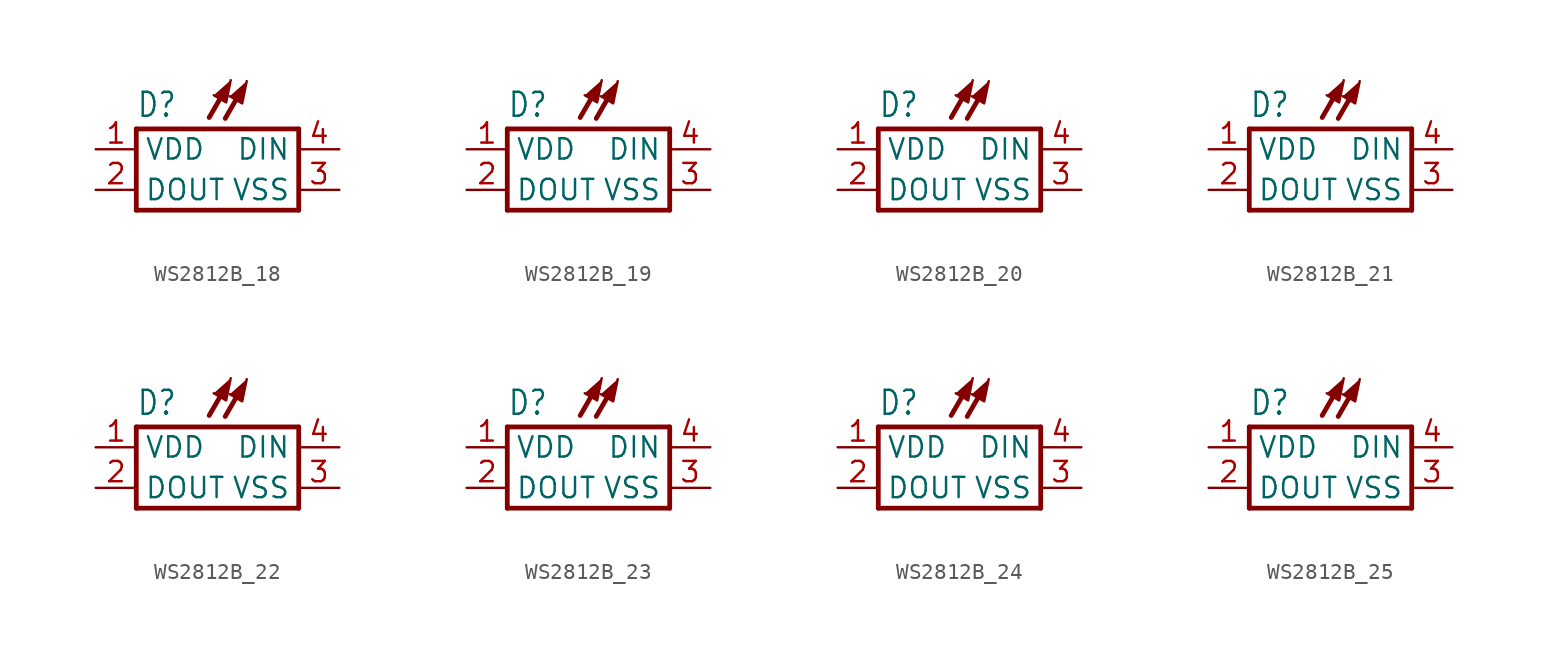
<source format=kicad_sym>
(kicad_symbol_lib
  (version 20220914)
  (generator kicad_symbol_editor)
  (symbol "WS2812B_18"
    (property "Reference" "D"
      (at -5.08 3.175 0)
      (effects (font (size 1.5 1.275)) (justify left bottom)))
    (property "Value" ""
      (at -5.08 -4.445 0)
      (effects (font (size 1.5 1.275)) (justify left bottom)))
    (property "ki_locked" ""
      (at 0 0 0)
      (effects (font (size 1.27 1.27))))
    (symbol "WS2812B_18_1_0"
      (polyline (pts (xy -5.08 2.54) (xy -5.08 -2.54)) (stroke (width 0.3) (type solid)) (fill (type none)))
      (polyline (pts (xy -0.52 3.257) (xy 0.378 4.812)) (stroke (width 0.3) (type solid)) (fill (type none)))
      (polyline (pts (xy 0.482 3.197) (xy 1.38 4.752)) (stroke (width 0.3) (type solid)) (fill (type none)))
      (polyline (pts (xy 5.08 -2.54) (xy -5.08 -2.54)) (stroke (width 0.3) (type solid)) (fill (type none)))
      (polyline (pts (xy 5.08 -2.54) (xy 5.08 2.54)) (stroke (width 0.3) (type solid)) (fill (type none)))
      (polyline (pts (xy 5.08 2.54) (xy -5.08 2.54)) (stroke (width 0.3) (type solid)) (fill (type none)))
      (polyline (pts (xy 0.827 5.59) (xy 0.542 4.199) (xy -0.236 4.648)) (stroke (width 0) (type solid)) (fill (type outline)))
      (polyline (pts (xy 1.829 5.53) (xy 1.544 4.139) (xy 0.766 4.588)) (stroke (width 0) (type solid)) (fill (type outline)))
      (pin passive line (at -7.62 1.27 0) (length 2.54) (name "VDD" (effects (font (size 1.27 1.27)))) (number "1" (effects (font (size 1.27 1.27)))))
      (pin passive line (at -7.62 -1.27 0) (length 2.54) (name "DOUT" (effects (font (size 1.27 1.27)))) (number "2" (effects (font (size 1.27 1.27)))))
      (pin passive line (at 7.62 -1.27 180) (length 2.54) (name "VSS" (effects (font (size 1.27 1.27)))) (number "3" (effects (font (size 1.27 1.27)))))
      (pin passive line (at 7.62 1.27 180) (length 2.54) (name "DIN" (effects (font (size 1.27 1.27)))) (number "4" (effects (font (size 1.27 1.27)))))))
  (symbol "WS2812B_19"
    (property "Reference" "D"
      (at -5.08 3.175 0)
      (effects (font (size 1.5 1.275)) (justify left bottom)))
    (property "Value" ""
      (at -5.08 -4.445 0)
      (effects (font (size 1.5 1.275)) (justify left bottom)))
    (property "ki_locked" ""
      (at 0 0 0)
      (effects (font (size 1.27 1.27))))
    (symbol "WS2812B_19_1_0"
      (polyline (pts (xy -5.08 2.54) (xy -5.08 -2.54)) (stroke (width 0.3) (type solid)) (fill (type none)))
      (polyline (pts (xy -0.52 3.257) (xy 0.378 4.812)) (stroke (width 0.3) (type solid)) (fill (type none)))
      (polyline (pts (xy 0.482 3.197) (xy 1.38 4.752)) (stroke (width 0.3) (type solid)) (fill (type none)))
      (polyline (pts (xy 5.08 -2.54) (xy -5.08 -2.54)) (stroke (width 0.3) (type solid)) (fill (type none)))
      (polyline (pts (xy 5.08 -2.54) (xy 5.08 2.54)) (stroke (width 0.3) (type solid)) (fill (type none)))
      (polyline (pts (xy 5.08 2.54) (xy -5.08 2.54)) (stroke (width 0.3) (type solid)) (fill (type none)))
      (polyline (pts (xy 0.827 5.59) (xy 0.542 4.199) (xy -0.236 4.648)) (stroke (width 0) (type solid)) (fill (type outline)))
      (polyline (pts (xy 1.829 5.53) (xy 1.544 4.139) (xy 0.766 4.588)) (stroke (width 0) (type solid)) (fill (type outline)))
      (pin passive line (at -7.62 1.27 0) (length 2.54) (name "VDD" (effects (font (size 1.27 1.27)))) (number "1" (effects (font (size 1.27 1.27)))))
      (pin passive line (at -7.62 -1.27 0) (length 2.54) (name "DOUT" (effects (font (size 1.27 1.27)))) (number "2" (effects (font (size 1.27 1.27)))))
      (pin passive line (at 7.62 -1.27 180) (length 2.54) (name "VSS" (effects (font (size 1.27 1.27)))) (number "3" (effects (font (size 1.27 1.27)))))
      (pin passive line (at 7.62 1.27 180) (length 2.54) (name "DIN" (effects (font (size 1.27 1.27)))) (number "4" (effects (font (size 1.27 1.27)))))))
  (symbol "WS2812B_20"
    (property "Reference" "D"
      (at -5.08 3.175 0)
      (effects (font (size 1.5 1.275)) (justify left bottom)))
    (property "Value" ""
      (at -5.08 -4.445 0)
      (effects (font (size 1.5 1.275)) (justify left bottom)))
    (property "ki_locked" ""
      (at 0 0 0)
      (effects (font (size 1.27 1.27))))
    (symbol "WS2812B_20_1_0"
      (polyline (pts (xy -5.08 2.54) (xy -5.08 -2.54)) (stroke (width 0.3) (type solid)) (fill (type none)))
      (polyline (pts (xy -0.52 3.257) (xy 0.378 4.812)) (stroke (width 0.3) (type solid)) (fill (type none)))
      (polyline (pts (xy 0.482 3.197) (xy 1.38 4.752)) (stroke (width 0.3) (type solid)) (fill (type none)))
      (polyline (pts (xy 5.08 -2.54) (xy -5.08 -2.54)) (stroke (width 0.3) (type solid)) (fill (type none)))
      (polyline (pts (xy 5.08 -2.54) (xy 5.08 2.54)) (stroke (width 0.3) (type solid)) (fill (type none)))
      (polyline (pts (xy 5.08 2.54) (xy -5.08 2.54)) (stroke (width 0.3) (type solid)) (fill (type none)))
      (polyline (pts (xy 0.827 5.59) (xy 0.542 4.199) (xy -0.236 4.648)) (stroke (width 0) (type solid)) (fill (type outline)))
      (polyline (pts (xy 1.829 5.53) (xy 1.544 4.139) (xy 0.766 4.588)) (stroke (width 0) (type solid)) (fill (type outline)))
      (pin passive line (at -7.62 1.27 0) (length 2.54) (name "VDD" (effects (font (size 1.27 1.27)))) (number "1" (effects (font (size 1.27 1.27)))))
      (pin passive line (at -7.62 -1.27 0) (length 2.54) (name "DOUT" (effects (font (size 1.27 1.27)))) (number "2" (effects (font (size 1.27 1.27)))))
      (pin passive line (at 7.62 -1.27 180) (length 2.54) (name "VSS" (effects (font (size 1.27 1.27)))) (number "3" (effects (font (size 1.27 1.27)))))
      (pin passive line (at 7.62 1.27 180) (length 2.54) (name "DIN" (effects (font (size 1.27 1.27)))) (number "4" (effects (font (size 1.27 1.27)))))))
  (symbol "WS2812B_21"
    (property "Reference" "D"
      (at -5.08 3.175 0)
      (effects (font (size 1.5 1.275)) (justify left bottom)))
    (property "Value" ""
      (at -5.08 -4.445 0)
      (effects (font (size 1.5 1.275)) (justify left bottom)))
    (property "ki_locked" ""
      (at 0 0 0)
      (effects (font (size 1.27 1.27))))
    (symbol "WS2812B_21_1_0"
      (polyline (pts (xy -5.08 2.54) (xy -5.08 -2.54)) (stroke (width 0.3) (type solid)) (fill (type none)))
      (polyline (pts (xy -0.52 3.257) (xy 0.378 4.812)) (stroke (width 0.3) (type solid)) (fill (type none)))
      (polyline (pts (xy 0.482 3.197) (xy 1.38 4.752)) (stroke (width 0.3) (type solid)) (fill (type none)))
      (polyline (pts (xy 5.08 -2.54) (xy -5.08 -2.54)) (stroke (width 0.3) (type solid)) (fill (type none)))
      (polyline (pts (xy 5.08 -2.54) (xy 5.08 2.54)) (stroke (width 0.3) (type solid)) (fill (type none)))
      (polyline (pts (xy 5.08 2.54) (xy -5.08 2.54)) (stroke (width 0.3) (type solid)) (fill (type none)))
      (polyline (pts (xy 0.827 5.59) (xy 0.542 4.199) (xy -0.236 4.648)) (stroke (width 0) (type solid)) (fill (type outline)))
      (polyline (pts (xy 1.829 5.53) (xy 1.544 4.139) (xy 0.766 4.588)) (stroke (width 0) (type solid)) (fill (type outline)))
      (pin passive line (at -7.62 1.27 0) (length 2.54) (name "VDD" (effects (font (size 1.27 1.27)))) (number "1" (effects (font (size 1.27 1.27)))))
      (pin passive line (at -7.62 -1.27 0) (length 2.54) (name "DOUT" (effects (font (size 1.27 1.27)))) (number "2" (effects (font (size 1.27 1.27)))))
      (pin passive line (at 7.62 -1.27 180) (length 2.54) (name "VSS" (effects (font (size 1.27 1.27)))) (number "3" (effects (font (size 1.27 1.27)))))
      (pin passive line (at 7.62 1.27 180) (length 2.54) (name "DIN" (effects (font (size 1.27 1.27)))) (number "4" (effects (font (size 1.27 1.27)))))))
  (symbol "WS2812B_22"
    (property "Reference" "D"
      (at -5.08 3.175 0)
      (effects (font (size 1.5 1.275)) (justify left bottom)))
    (property "Value" ""
      (at -5.08 -4.445 0)
      (effects (font (size 1.5 1.275)) (justify left bottom)))
    (property "ki_locked" ""
      (at 0 0 0)
      (effects (font (size 1.27 1.27))))
    (symbol "WS2812B_22_1_0"
      (polyline (pts (xy -5.08 2.54) (xy -5.08 -2.54)) (stroke (width 0.3) (type solid)) (fill (type none)))
      (polyline (pts (xy -0.52 3.257) (xy 0.378 4.812)) (stroke (width 0.3) (type solid)) (fill (type none)))
      (polyline (pts (xy 0.482 3.197) (xy 1.38 4.752)) (stroke (width 0.3) (type solid)) (fill (type none)))
      (polyline (pts (xy 5.08 -2.54) (xy -5.08 -2.54)) (stroke (width 0.3) (type solid)) (fill (type none)))
      (polyline (pts (xy 5.08 -2.54) (xy 5.08 2.54)) (stroke (width 0.3) (type solid)) (fill (type none)))
      (polyline (pts (xy 5.08 2.54) (xy -5.08 2.54)) (stroke (width 0.3) (type solid)) (fill (type none)))
      (polyline (pts (xy 0.827 5.59) (xy 0.542 4.199) (xy -0.236 4.648)) (stroke (width 0) (type solid)) (fill (type outline)))
      (polyline (pts (xy 1.829 5.53) (xy 1.544 4.139) (xy 0.766 4.588)) (stroke (width 0) (type solid)) (fill (type outline)))
      (pin passive line (at -7.62 1.27 0) (length 2.54) (name "VDD" (effects (font (size 1.27 1.27)))) (number "1" (effects (font (size 1.27 1.27)))))
      (pin passive line (at -7.62 -1.27 0) (length 2.54) (name "DOUT" (effects (font (size 1.27 1.27)))) (number "2" (effects (font (size 1.27 1.27)))))
      (pin passive line (at 7.62 -1.27 180) (length 2.54) (name "VSS" (effects (font (size 1.27 1.27)))) (number "3" (effects (font (size 1.27 1.27)))))
      (pin passive line (at 7.62 1.27 180) (length 2.54) (name "DIN" (effects (font (size 1.27 1.27)))) (number "4" (effects (font (size 1.27 1.27)))))))
  (symbol "WS2812B_23"
    (property "Reference" "D"
      (at -5.08 3.175 0)
      (effects (font (size 1.5 1.275)) (justify left bottom)))
    (property "Value" ""
      (at -5.08 -4.445 0)
      (effects (font (size 1.5 1.275)) (justify left bottom)))
    (property "ki_locked" ""
      (at 0 0 0)
      (effects (font (size 1.27 1.27))))
    (symbol "WS2812B_23_1_0"
      (polyline (pts (xy -5.08 2.54) (xy -5.08 -2.54)) (stroke (width 0.3) (type solid)) (fill (type none)))
      (polyline (pts (xy -0.52 3.257) (xy 0.378 4.812)) (stroke (width 0.3) (type solid)) (fill (type none)))
      (polyline (pts (xy 0.482 3.197) (xy 1.38 4.752)) (stroke (width 0.3) (type solid)) (fill (type none)))
      (polyline (pts (xy 5.08 -2.54) (xy -5.08 -2.54)) (stroke (width 0.3) (type solid)) (fill (type none)))
      (polyline (pts (xy 5.08 -2.54) (xy 5.08 2.54)) (stroke (width 0.3) (type solid)) (fill (type none)))
      (polyline (pts (xy 5.08 2.54) (xy -5.08 2.54)) (stroke (width 0.3) (type solid)) (fill (type none)))
      (polyline (pts (xy 0.827 5.59) (xy 0.542 4.199) (xy -0.236 4.648)) (stroke (width 0) (type solid)) (fill (type outline)))
      (polyline (pts (xy 1.829 5.53) (xy 1.544 4.139) (xy 0.766 4.588)) (stroke (width 0) (type solid)) (fill (type outline)))
      (pin passive line (at -7.62 1.27 0) (length 2.54) (name "VDD" (effects (font (size 1.27 1.27)))) (number "1" (effects (font (size 1.27 1.27)))))
      (pin passive line (at -7.62 -1.27 0) (length 2.54) (name "DOUT" (effects (font (size 1.27 1.27)))) (number "2" (effects (font (size 1.27 1.27)))))
      (pin passive line (at 7.62 -1.27 180) (length 2.54) (name "VSS" (effects (font (size 1.27 1.27)))) (number "3" (effects (font (size 1.27 1.27)))))
      (pin passive line (at 7.62 1.27 180) (length 2.54) (name "DIN" (effects (font (size 1.27 1.27)))) (number "4" (effects (font (size 1.27 1.27)))))))
  (symbol "WS2812B_24"
    (property "Reference" "D"
      (at -5.08 3.175 0)
      (effects (font (size 1.5 1.275)) (justify left bottom)))
    (property "Value" ""
      (at -5.08 -4.445 0)
      (effects (font (size 1.5 1.275)) (justify left bottom)))
    (property "ki_locked" ""
      (at 0 0 0)
      (effects (font (size 1.27 1.27))))
    (symbol "WS2812B_24_1_0"
      (polyline (pts (xy -5.08 2.54) (xy -5.08 -2.54)) (stroke (width 0.3) (type solid)) (fill (type none)))
      (polyline (pts (xy -0.52 3.257) (xy 0.378 4.812)) (stroke (width 0.3) (type solid)) (fill (type none)))
      (polyline (pts (xy 0.482 3.197) (xy 1.38 4.752)) (stroke (width 0.3) (type solid)) (fill (type none)))
      (polyline (pts (xy 5.08 -2.54) (xy -5.08 -2.54)) (stroke (width 0.3) (type solid)) (fill (type none)))
      (polyline (pts (xy 5.08 -2.54) (xy 5.08 2.54)) (stroke (width 0.3) (type solid)) (fill (type none)))
      (polyline (pts (xy 5.08 2.54) (xy -5.08 2.54)) (stroke (width 0.3) (type solid)) (fill (type none)))
      (polyline (pts (xy 0.827 5.59) (xy 0.542 4.199) (xy -0.236 4.648)) (stroke (width 0) (type solid)) (fill (type outline)))
      (polyline (pts (xy 1.829 5.53) (xy 1.544 4.139) (xy 0.766 4.588)) (stroke (width 0) (type solid)) (fill (type outline)))
      (pin passive line (at -7.62 1.27 0) (length 2.54) (name "VDD" (effects (font (size 1.27 1.27)))) (number "1" (effects (font (size 1.27 1.27)))))
      (pin passive line (at -7.62 -1.27 0) (length 2.54) (name "DOUT" (effects (font (size 1.27 1.27)))) (number "2" (effects (font (size 1.27 1.27)))))
      (pin passive line (at 7.62 -1.27 180) (length 2.54) (name "VSS" (effects (font (size 1.27 1.27)))) (number "3" (effects (font (size 1.27 1.27)))))
      (pin passive line (at 7.62 1.27 180) (length 2.54) (name "DIN" (effects (font (size 1.27 1.27)))) (number "4" (effects (font (size 1.27 1.27)))))))
  (symbol "WS2812B_25"
    (property "Reference" "D"
      (at -5.08 3.175 0)
      (effects (font (size 1.5 1.275)) (justify left bottom)))
    (property "Value" ""
      (at -5.08 -4.445 0)
      (effects (font (size 1.5 1.275)) (justify left bottom)))
    (property "ki_locked" ""
      (at 0 0 0)
      (effects (font (size 1.27 1.27))))
    (symbol "WS2812B_25_1_0"
      (polyline (pts (xy -5.08 2.54) (xy -5.08 -2.54)) (stroke (width 0.3) (type solid)) (fill (type none)))
      (polyline (pts (xy -0.52 3.257) (xy 0.378 4.812)) (stroke (width 0.3) (type solid)) (fill (type none)))
      (polyline (pts (xy 0.482 3.197) (xy 1.38 4.752)) (stroke (width 0.3) (type solid)) (fill (type none)))
      (polyline (pts (xy 5.08 -2.54) (xy -5.08 -2.54)) (stroke (width 0.3) (type solid)) (fill (type none)))
      (polyline (pts (xy 5.08 -2.54) (xy 5.08 2.54)) (stroke (width 0.3) (type solid)) (fill (type none)))
      (polyline (pts (xy 5.08 2.54) (xy -5.08 2.54)) (stroke (width 0.3) (type solid)) (fill (type none)))
      (polyline (pts (xy 0.827 5.59) (xy 0.542 4.199) (xy -0.236 4.648)) (stroke (width 0) (type solid)) (fill (type outline)))
      (polyline (pts (xy 1.829 5.53) (xy 1.544 4.139) (xy 0.766 4.588)) (stroke (width 0) (type solid)) (fill (type outline)))
      (pin passive line (at -7.62 1.27 0) (length 2.54) (name "VDD" (effects (font (size 1.27 1.27)))) (number "1" (effects (font (size 1.27 1.27)))))
      (pin passive line (at -7.62 -1.27 0) (length 2.54) (name "DOUT" (effects (font (size 1.27 1.27)))) (number "2" (effects (font (size 1.27 1.27)))))
      (pin passive line (at 7.62 -1.27 180) (length 2.54) (name "VSS" (effects (font (size 1.27 1.27)))) (number "3" (effects (font (size 1.27 1.27)))))
      (pin passive line (at 7.62 1.27 180) (length 2.54) (name "DIN" (effects (font (size 1.27 1.27)))) (number "4" (effects (font (size 1.27 1.27))))))))
</source>
